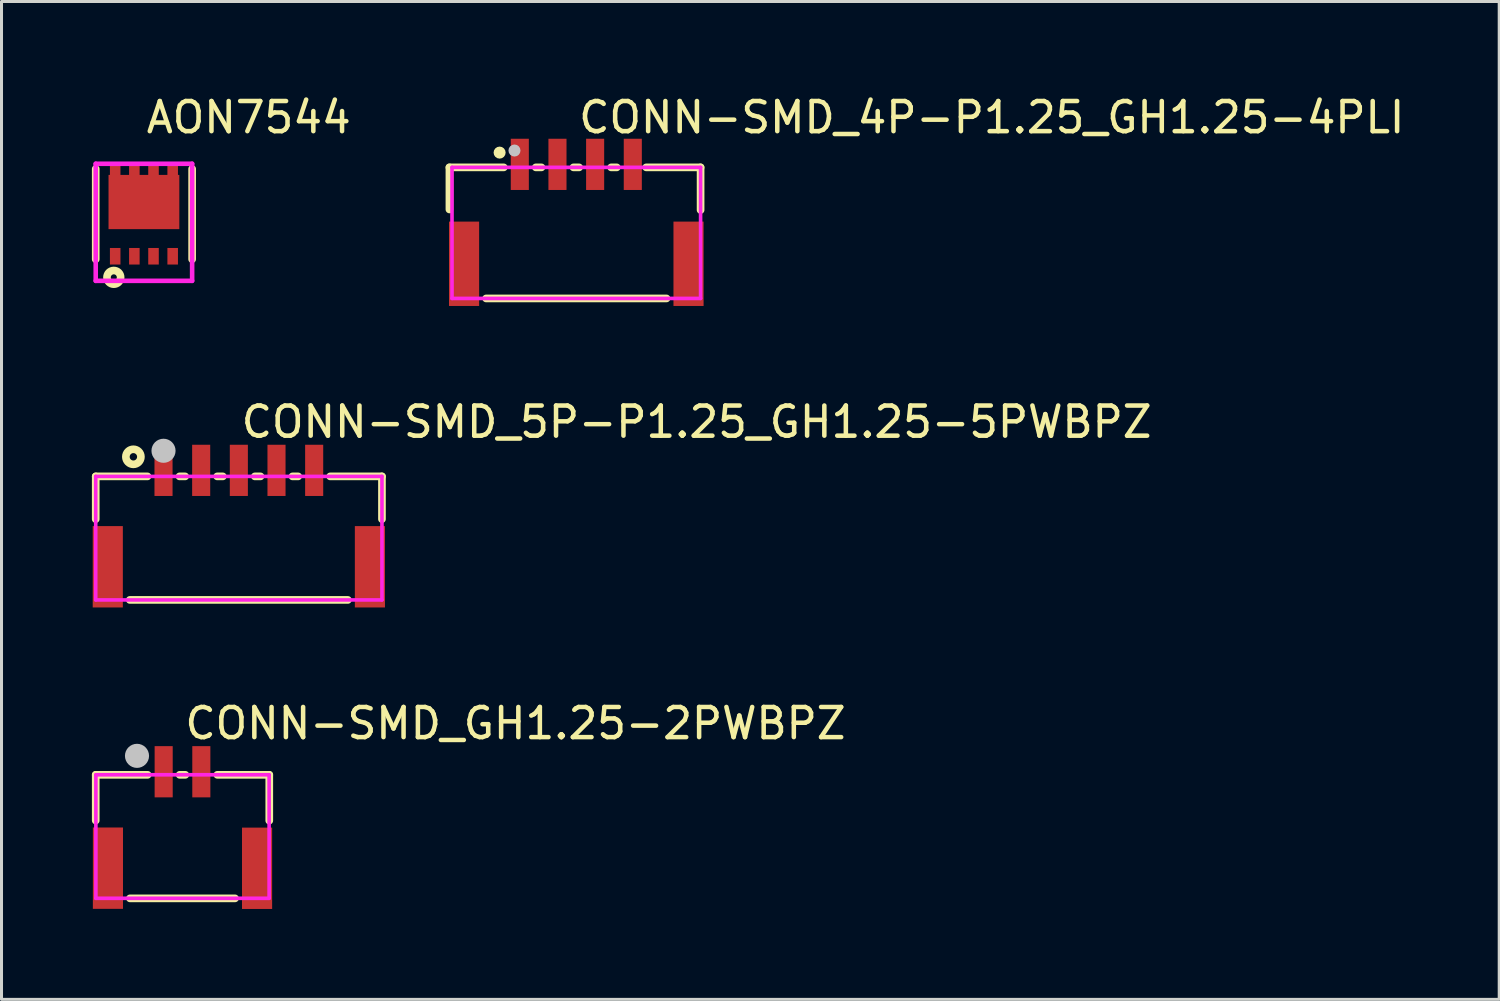
<source format=kicad_pcb>
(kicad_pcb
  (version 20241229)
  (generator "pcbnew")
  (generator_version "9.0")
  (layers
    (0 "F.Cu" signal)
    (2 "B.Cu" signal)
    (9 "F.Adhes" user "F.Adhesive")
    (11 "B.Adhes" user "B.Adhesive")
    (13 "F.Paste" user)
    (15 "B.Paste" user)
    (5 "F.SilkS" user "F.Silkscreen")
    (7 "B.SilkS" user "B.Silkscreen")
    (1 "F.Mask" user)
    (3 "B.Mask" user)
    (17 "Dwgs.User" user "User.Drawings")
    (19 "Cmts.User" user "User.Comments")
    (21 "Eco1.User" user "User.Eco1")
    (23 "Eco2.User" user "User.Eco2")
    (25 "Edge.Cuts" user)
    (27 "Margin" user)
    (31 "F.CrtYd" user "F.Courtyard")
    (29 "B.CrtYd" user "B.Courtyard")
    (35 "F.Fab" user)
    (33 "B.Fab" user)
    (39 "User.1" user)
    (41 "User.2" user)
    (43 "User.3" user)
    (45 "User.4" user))
  (footprint "AON7544"
    (layer "F.Cu")
    (at 1.727 4.055)
    (property "Reference" "AON7544" (at 0 -3.207 0) (layer "F.SilkS") (effects (font (size 1 1) (thickness 0.15)) (justify left)))
    (attr through_hole)
    (fp_line (start -1.6 1.5) (end -1.6 -1.5) (stroke (width 0.254) (type solid)) (layer "F.SilkS"))
    (fp_line (start 1.6 -1.5) (end 1.6 1.5) (stroke (width 0.254) (type solid)) (layer "F.SilkS"))
    (fp_circle (center -1 2.1) (end -0.9 2.1) (stroke (width 0.254) (type solid)) (fill no) (layer "F.SilkS"))
    (fp_line (start -1.6 -1.67) (end 1.6 -1.67) (stroke (width 0.152) (type solid)) (layer "F.CrtYd"))
    (fp_line (start -1.6 2.216) (end -1.6 -1.67) (stroke (width 0.152) (type solid)) (layer "F.CrtYd"))
    (fp_line (start 1.6 -1.67) (end 1.6 2.216) (stroke (width 0.152) (type solid)) (layer "F.CrtYd"))
    (fp_line (start 1.6 2.216) (end -1.6 2.216) (stroke (width 0.152) (type solid)) (layer "F.CrtYd"))
    (pad "1" smd rect (at -0.954 1.4) (size 0.35 0.55) (layers "F.Cu" "F.Mask" "F.Paste"))
    (pad "1" smd rect (at -0.318 1.4) (size 0.35 0.55) (layers "F.Cu" "F.Mask" "F.Paste"))
    (pad "1" smd rect (at 0.318 1.4) (size 0.35 0.55) (layers "F.Cu" "F.Mask" "F.Paste"))
    (pad "2" smd rect (at 0.954 1.4) (size 0.35 0.55) (layers "F.Cu" "F.Mask" "F.Paste"))
    (pad "3" smd rect (at -0.954 -1.4) (size 0.35 0.55) (layers "F.Cu" "F.Mask" "F.Paste"))
    (pad "3" smd rect (at -0.318 -1.4) (size 0.35 0.55) (layers "F.Cu" "F.Mask" "F.Paste"))
    (pad "3" smd rect (at 0 -0.4 180) (size 2.35 1.8) (layers "F.Cu" "F.Mask" "F.Paste"))
    (pad "3" smd rect (at 0.318 -1.4) (size 0.35 0.55) (layers "F.Cu" "F.Mask" "F.Paste"))
    (pad "3" smd rect (at 0.954 -1.4) (size 0.35 0.55) (layers "F.Cu" "F.Mask" "F.Paste")))
  (footprint "CONN-SMD_GH1.25-2PWBPZ"
    (layer "F.Cu")
    (at 3.007 24.166)
    (property "Reference" "CONN-SMD_GH1.25-2PWBPZ" (at 0 -3.207 0) (layer "F.SilkS") (effects (font (size 1 1) (thickness 0.15)) (justify left)))
    (attr through_hole)
    (fp_line (start -2.88 -1.5) (end -2.88 0.017) (stroke (width 0.254) (type solid)) (layer "F.SilkS"))
    (fp_line (start -1.744 2.6) (end 1.744 2.6) (stroke (width 0.254) (type solid)) (layer "F.SilkS"))
    (fp_line (start -1.156 -1.5) (end -2.88 -1.5) (stroke (width 0.254) (type solid)) (layer "F.SilkS"))
    (fp_line (start 0.094 -1.5) (end -0.094 -1.5) (stroke (width 0.254) (type solid)) (layer "F.SilkS"))
    (fp_line (start 2.88 -1.5) (end 1.156 -1.5) (stroke (width 0.254) (type solid)) (layer "F.SilkS"))
    (fp_line (start 2.88 0.021) (end 2.88 -1.5) (stroke (width 0.254) (type solid)) (layer "F.SilkS"))
    (fp_circle (center -1.51 -2.14) (end -1.277 -2.14) (stroke (width 0.254) (type solid)) (fill no) (layer "F.SilkS"))
    (fp_circle (center -1.51 -2.13) (end -1.31 -2.13) (stroke (width 0.4) (type solid)) (fill no) (layer "Dwgs.User"))
    (fp_circle (center -2.875 -2.202) (end -2.845 -2.202) (stroke (width 0.06) (type solid)) (fill no) (layer "Eco2.User"))
    (fp_poly (pts (xy -2.575 0.598) (xy -2.375 0.598) (xy -2.375 2.598) (xy -2.575 2.598)) (stroke (width 0.12) (type solid)) (fill no) (layer "Eco2.User"))
    (fp_poly (pts (xy -0.725 -2.202) (xy -0.525 -2.202) (xy -0.525 -1.002) (xy -0.725 -1.002)) (stroke (width 0.12) (type solid)) (fill no) (layer "Eco2.User"))
    (fp_poly (pts (xy 0.525 -2.202) (xy 0.725 -2.202) (xy 0.725 -1.002) (xy 0.525 -1.002)) (stroke (width 0.12) (type solid)) (fill no) (layer "Eco2.User"))
    (fp_poly (pts (xy 2.375 0.602) (xy 2.575 0.602) (xy 2.575 2.602) (xy 2.375 2.602)) (stroke (width 0.12) (type solid)) (fill no) (layer "Eco2.User"))
    (fp_line (start -2.875 -1.502) (end 2.875 -1.502) (stroke (width 0.12) (type solid)) (layer "F.CrtYd"))
    (fp_line (start -2.875 2.598) (end -2.875 -1.502) (stroke (width 0.12) (type solid)) (layer "F.CrtYd"))
    (fp_line (start 2.875 -1.502) (end 2.875 2.598) (stroke (width 0.12) (type solid)) (layer "F.CrtYd"))
    (fp_line (start 2.875 2.598) (end -2.875 2.598) (stroke (width 0.12) (type solid)) (layer "F.CrtYd"))
    (pad "1" smd rect (at -0.625 -1.602) (size 0.6 1.7) (layers "F.Cu" "F.Mask" "F.Paste"))
    (pad "2" smd rect (at 0.625 -1.602) (size 0.6 1.7) (layers "F.Cu" "F.Mask" "F.Paste"))
    (pad "3" smd rect (at 2.475 1.602) (size 1 2.7) (layers "F.Cu" "F.Mask" "F.Paste"))
    (pad "4" smd rect (at -2.475 1.598) (size 1 2.7) (layers "F.Cu" "F.Mask" "F.Paste")))
  (footprint "CONN-SMD_4P-P1.25_GH1.25-4PLI"
    (layer "F.Cu")
    (at 16.077 4.055)
    (property "Reference" "CONN-SMD_4P-P1.25_GH1.25-4PLI" (at 0 -3.207 0) (layer "F.SilkS") (effects (font (size 1 1) (thickness 0.15)) (justify left)))
    (attr through_hole)
    (fp_line (start -4.211 -1.55) (end -2.406 -1.55) (stroke (width 0.254) (type solid)) (layer "F.SilkS"))
    (fp_line (start -4.211 -0.153) (end -4.211 -1.55) (stroke (width 0.254) (type solid)) (layer "F.SilkS"))
    (fp_line (start -2.994 2.8) (end 2.994 2.8) (stroke (width 0.254) (type solid)) (layer "F.SilkS"))
    (fp_line (start -1.344 -1.55) (end -1.156 -1.55) (stroke (width 0.254) (type solid)) (layer "F.SilkS"))
    (fp_line (start -0.094 -1.55) (end 0.094 -1.55) (stroke (width 0.254) (type solid)) (layer "F.SilkS"))
    (fp_line (start 1.156 -1.55) (end 1.344 -1.55) (stroke (width 0.254) (type solid)) (layer "F.SilkS"))
    (fp_line (start 2.32 -1.55) (end 4.125 -1.55) (stroke (width 0.254) (type solid)) (layer "F.SilkS"))
    (fp_line (start 4.125 -1.55) (end 4.125 -0.134) (stroke (width 0.254) (type solid)) (layer "F.SilkS"))
    (fp_circle (center -2.545 -2.04) (end -2.445 -2.04) (stroke (width 0.2) (type solid)) (fill no) (layer "F.SilkS"))
    (fp_circle (center -2.052 -2.109) (end -1.952 -2.109) (stroke (width 0.2) (type solid)) (fill no) (layer "Dwgs.User"))
    (fp_circle (center -4.125 -2) (end -4.095 -2) (stroke (width 0.06) (type solid)) (fill no) (layer "Eco2.User"))
    (fp_poly (pts (xy -3.825 0.8) (xy -3.625 0.8) (xy -3.625 2.8) (xy -3.825 2.8)) (stroke (width 0.12) (type solid)) (fill no) (layer "Eco2.User"))
    (fp_poly (pts (xy -1.975 -2.15) (xy -1.775 -2.15) (xy -1.775 -1.3) (xy -1.975 -1.3)) (stroke (width 0.12) (type solid)) (fill no) (layer "Eco2.User"))
    (fp_poly (pts (xy -0.725 -2.15) (xy -0.525 -2.15) (xy -0.525 -1.3) (xy -0.725 -1.3)) (stroke (width 0.12) (type solid)) (fill no) (layer "Eco2.User"))
    (fp_poly (pts (xy 0.525 -2.15) (xy 0.725 -2.15) (xy 0.725 -1.3) (xy 0.525 -1.3)) (stroke (width 0.12) (type solid)) (fill no) (layer "Eco2.User"))
    (fp_poly (pts (xy 1.775 -2.15) (xy 1.975 -2.15) (xy 1.975 -1.3) (xy 1.775 -1.3)) (stroke (width 0.12) (type solid)) (fill no) (layer "Eco2.User"))
    (fp_poly (pts (xy 3.625 0.8) (xy 3.825 0.8) (xy 3.825 2.8) (xy 3.625 2.8)) (stroke (width 0.12) (type solid)) (fill no) (layer "Eco2.User"))
    (fp_line (start -4.125 -1.55) (end 4.125 -1.55) (stroke (width 0.12) (type solid)) (layer "F.CrtYd"))
    (fp_line (start -4.125 2.8) (end -4.125 -1.55) (stroke (width 0.12) (type solid)) (layer "F.CrtYd"))
    (fp_line (start 4.125 -1.55) (end 4.125 2.8) (stroke (width 0.12) (type solid)) (layer "F.CrtYd"))
    (fp_line (start 4.125 2.8) (end -4.125 2.8) (stroke (width 0.12) (type solid)) (layer "F.CrtYd"))
    (pad "1" smd rect (at -1.875 -1.65) (size 0.6 1.7) (layers "F.Cu" "F.Mask" "F.Paste"))
    (pad "2" smd rect (at -0.625 -1.65) (size 0.6 1.7) (layers "F.Cu" "F.Mask" "F.Paste"))
    (pad "3" smd rect (at 0.625 -1.65) (size 0.6 1.7) (layers "F.Cu" "F.Mask" "F.Paste"))
    (pad "4" smd rect (at 1.875 -1.65) (size 0.6 1.7) (layers "F.Cu" "F.Mask" "F.Paste"))
    (pad "5" smd rect (at -3.725 1.65) (size 1 2.8) (layers "F.Cu" "F.Mask" "F.Paste"))
    (pad "6" smd rect (at 3.725 1.65) (size 1 2.8) (layers "F.Cu" "F.Mask" "F.Paste")))
  (footprint "CONN-SMD_5P-P1.25_GH1.25-5PWBPZ"
    (layer "F.Cu")
    (at 4.877 14.161)
    (property "Reference" "CONN-SMD_5P-P1.25_GH1.25-5PWBPZ" (at 0 -3.207 0) (layer "F.SilkS") (effects (font (size 1 1) (thickness 0.15)) (justify left)))
    (attr through_hole)
    (fp_line (start -4.75 -1.4) (end -4.75 0.019) (stroke (width 0.254) (type solid)) (layer "F.SilkS"))
    (fp_line (start -3.619 2.7) (end 3.619 2.7) (stroke (width 0.254) (type solid)) (layer "F.SilkS"))
    (fp_line (start -3.031 -1.4) (end -4.75 -1.4) (stroke (width 0.254) (type solid)) (layer "F.SilkS"))
    (fp_line (start -1.781 -1.4) (end -1.969 -1.4) (stroke (width 0.254) (type solid)) (layer "F.SilkS"))
    (fp_line (start -0.531 -1.4) (end -0.719 -1.4) (stroke (width 0.254) (type solid)) (layer "F.SilkS"))
    (fp_line (start 0.719 -1.4) (end 0.531 -1.4) (stroke (width 0.254) (type solid)) (layer "F.SilkS"))
    (fp_line (start 1.969 -1.4) (end 1.781 -1.4) (stroke (width 0.254) (type solid)) (layer "F.SilkS"))
    (fp_line (start 4.75 -1.4) (end 3.031 -1.4) (stroke (width 0.254) (type solid)) (layer "F.SilkS"))
    (fp_line (start 4.75 0.019) (end 4.75 -1.4) (stroke (width 0.254) (type solid)) (layer "F.SilkS"))
    (fp_circle (center -3.5 -2.05) (end -3.25 -2.05) (stroke (width 0.254) (type solid)) (fill no) (layer "F.SilkS"))
    (fp_circle (center -2.5 -2.25) (end -2.3 -2.25) (stroke (width 0.4) (type solid)) (fill no) (layer "Dwgs.User"))
    (fp_circle (center -4.75 -2.1) (end -4.72 -2.1) (stroke (width 0.06) (type solid)) (fill no) (layer "Eco2.User"))
    (fp_poly (pts (xy -4.45 0.9) (xy -4.25 0.9) (xy -4.25 2.6) (xy -4.45 2.6)) (stroke (width 0.12) (type solid)) (fill no) (layer "Eco2.User"))
    (fp_poly (pts (xy -2.6 -2.1) (xy -2.4 -2.1) (xy -2.4 -1.1) (xy -2.6 -1.1)) (stroke (width 0.12) (type solid)) (fill no) (layer "Eco2.User"))
    (fp_poly (pts (xy -1.35 -2.1) (xy -1.15 -2.1) (xy -1.15 -1.1) (xy -1.35 -1.1)) (stroke (width 0.12) (type solid)) (fill no) (layer "Eco2.User"))
    (fp_poly (pts (xy -0.1 -2.1) (xy 0.1 -2.1) (xy 0.1 -1.1) (xy -0.1 -1.1)) (stroke (width 0.12) (type solid)) (fill no) (layer "Eco2.User"))
    (fp_poly (pts (xy 1.15 -2.1) (xy 1.35 -2.1) (xy 1.35 -1.1) (xy 1.15 -1.1)) (stroke (width 0.12) (type solid)) (fill no) (layer "Eco2.User"))
    (fp_poly (pts (xy 2.4 -2.1) (xy 2.6 -2.1) (xy 2.6 -1.1) (xy 2.4 -1.1)) (stroke (width 0.12) (type solid)) (fill no) (layer "Eco2.User"))
    (fp_poly (pts (xy 4.25 0.9) (xy 4.45 0.9) (xy 4.45 2.6) (xy 4.25 2.6)) (stroke (width 0.12) (type solid)) (fill no) (layer "Eco2.User"))
    (fp_line (start -4.75 -1.4) (end 4.75 -1.4) (stroke (width 0.12) (type solid)) (layer "F.CrtYd"))
    (fp_line (start -4.75 2.7) (end -4.75 -1.4) (stroke (width 0.12) (type solid)) (layer "F.CrtYd"))
    (fp_line (start 4.75 -1.4) (end 4.75 2.7) (stroke (width 0.12) (type solid)) (layer "F.CrtYd"))
    (fp_line (start 4.75 2.7) (end -4.75 2.7) (stroke (width 0.12) (type solid)) (layer "F.CrtYd"))
    (pad "1" smd rect (at -2.5 -1.6) (size 0.6 1.7) (layers "F.Cu" "F.Mask" "F.Paste"))
    (pad "2" smd rect (at -1.25 -1.6) (size 0.6 1.7) (layers "F.Cu" "F.Mask" "F.Paste"))
    (pad "3" smd rect (at 0 -1.6) (size 0.6 1.7) (layers "F.Cu" "F.Mask" "F.Paste"))
    (pad "4" smd rect (at 1.25 -1.6) (size 0.6 1.7) (layers "F.Cu" "F.Mask" "F.Paste"))
    (pad "5" smd rect (at 2.5 -1.6) (size 0.6 1.7) (layers "F.Cu" "F.Mask" "F.Paste"))
    (pad "6" smd rect (at 4.35 1.6) (size 1 2.7) (layers "F.Cu" "F.Mask" "F.Paste"))
    (pad "7" smd rect (at -4.35 1.6) (size 1 2.7) (layers "F.Cu" "F.Mask" "F.Paste")))
  (gr_rect
    (start -3 -3)
    (end 46.708 30.118)
    (stroke (width 0.1) (type default))
    (fill no)
    (layer "Edge.Cuts")))
</source>
